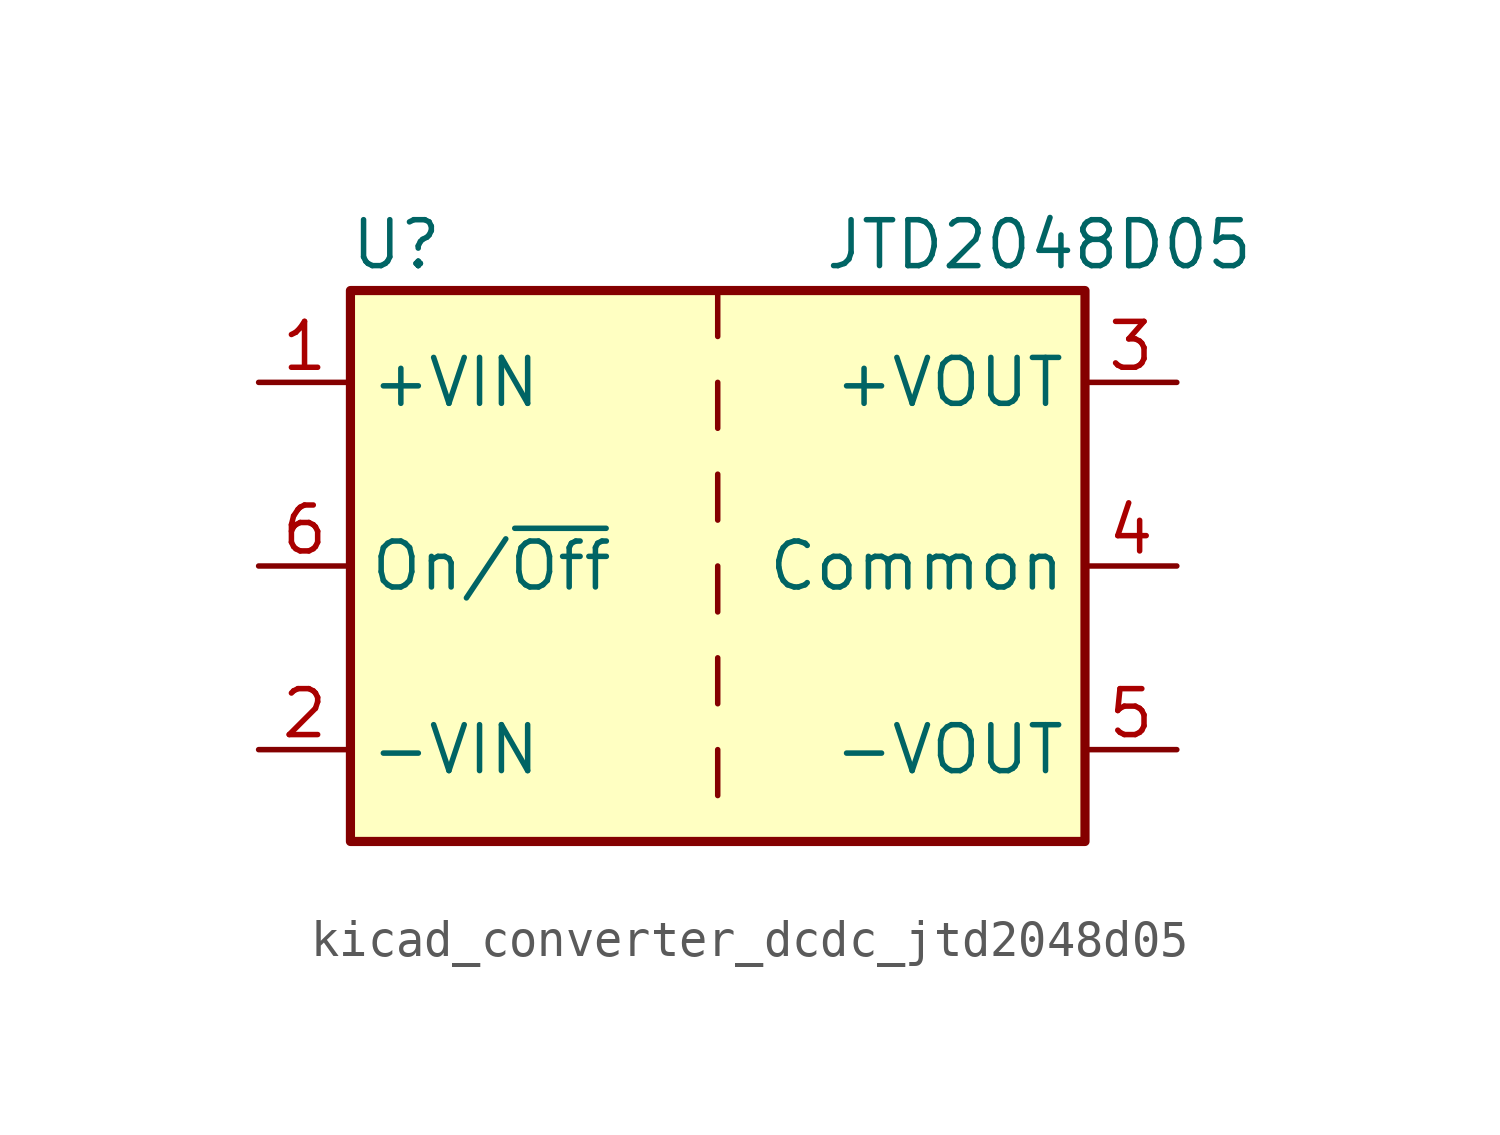
<source format=kicad_sym>
(kicad_symbol_lib
  (version 20220914)
  (generator kicad_symbol_editor)
  (symbol "kicad_converter_dcdc_jtd2048d05"
    (property "Reference" "U"
      (at -8.89 8.89 0)
      (effects (font (size 1.27 1.27))))
    (property "Value" "JTD2048D05"
      (at 8.89 8.89 0)
      (effects (font (size 1.27 1.27))))
    (symbol "kicad_converter_dcdc_jtd2048d05_0_1"
      (rectangle (start -10.16 7.62) (end 10.16 -7.62) (stroke (width 0.254) (type default)) (fill (type background)))
      (polyline (pts (xy 0 -5.08) (xy 0 -6.35)) (stroke (width 0) (type default)) (fill (type none)))
      (polyline (pts (xy 0 -2.54) (xy 0 -3.81)) (stroke (width 0) (type default)) (fill (type none)))
      (polyline (pts (xy 0 0) (xy 0 -1.27)) (stroke (width 0) (type default)) (fill (type none)))
      (polyline (pts (xy 0 2.54) (xy 0 1.27)) (stroke (width 0) (type default)) (fill (type none)))
      (polyline (pts (xy 0 5.08) (xy 0 3.81)) (stroke (width 0) (type default)) (fill (type none)))
      (polyline (pts (xy 0 7.62) (xy 0 6.35)) (stroke (width 0) (type default)) (fill (type none))))
    (symbol "kicad_converter_dcdc_jtd2048d05_1_1"
      (pin power_in line (at -12.7 5.08 0) (length 2.54) (name "+VIN" (effects (font (size 1.27 1.27)))) (number "1" (effects (font (size 1.27 1.27)))))
      (pin power_in line (at -12.7 -5.08 0) (length 2.54) (name "-VIN" (effects (font (size 1.27 1.27)))) (number "2" (effects (font (size 1.27 1.27)))))
      (pin power_out line (at 12.7 5.08 180) (length 2.54) (name "+VOUT" (effects (font (size 1.27 1.27)))) (number "3" (effects (font (size 1.27 1.27)))))
      (pin power_out line (at 12.7 0 180) (length 2.54) (name "Common" (effects (font (size 1.27 1.27)))) (number "4" (effects (font (size 1.27 1.27)))))
      (pin power_out line (at 12.7 -5.08 180) (length 2.54) (name "-VOUT" (effects (font (size 1.27 1.27)))) (number "5" (effects (font (size 1.27 1.27)))))
      (pin input line (at -12.7 0 0) (length 2.54) (name "On/~{Off}" (effects (font (size 1.27 1.27)))) (number "6" (effects (font (size 1.27 1.27))))))))
</source>
